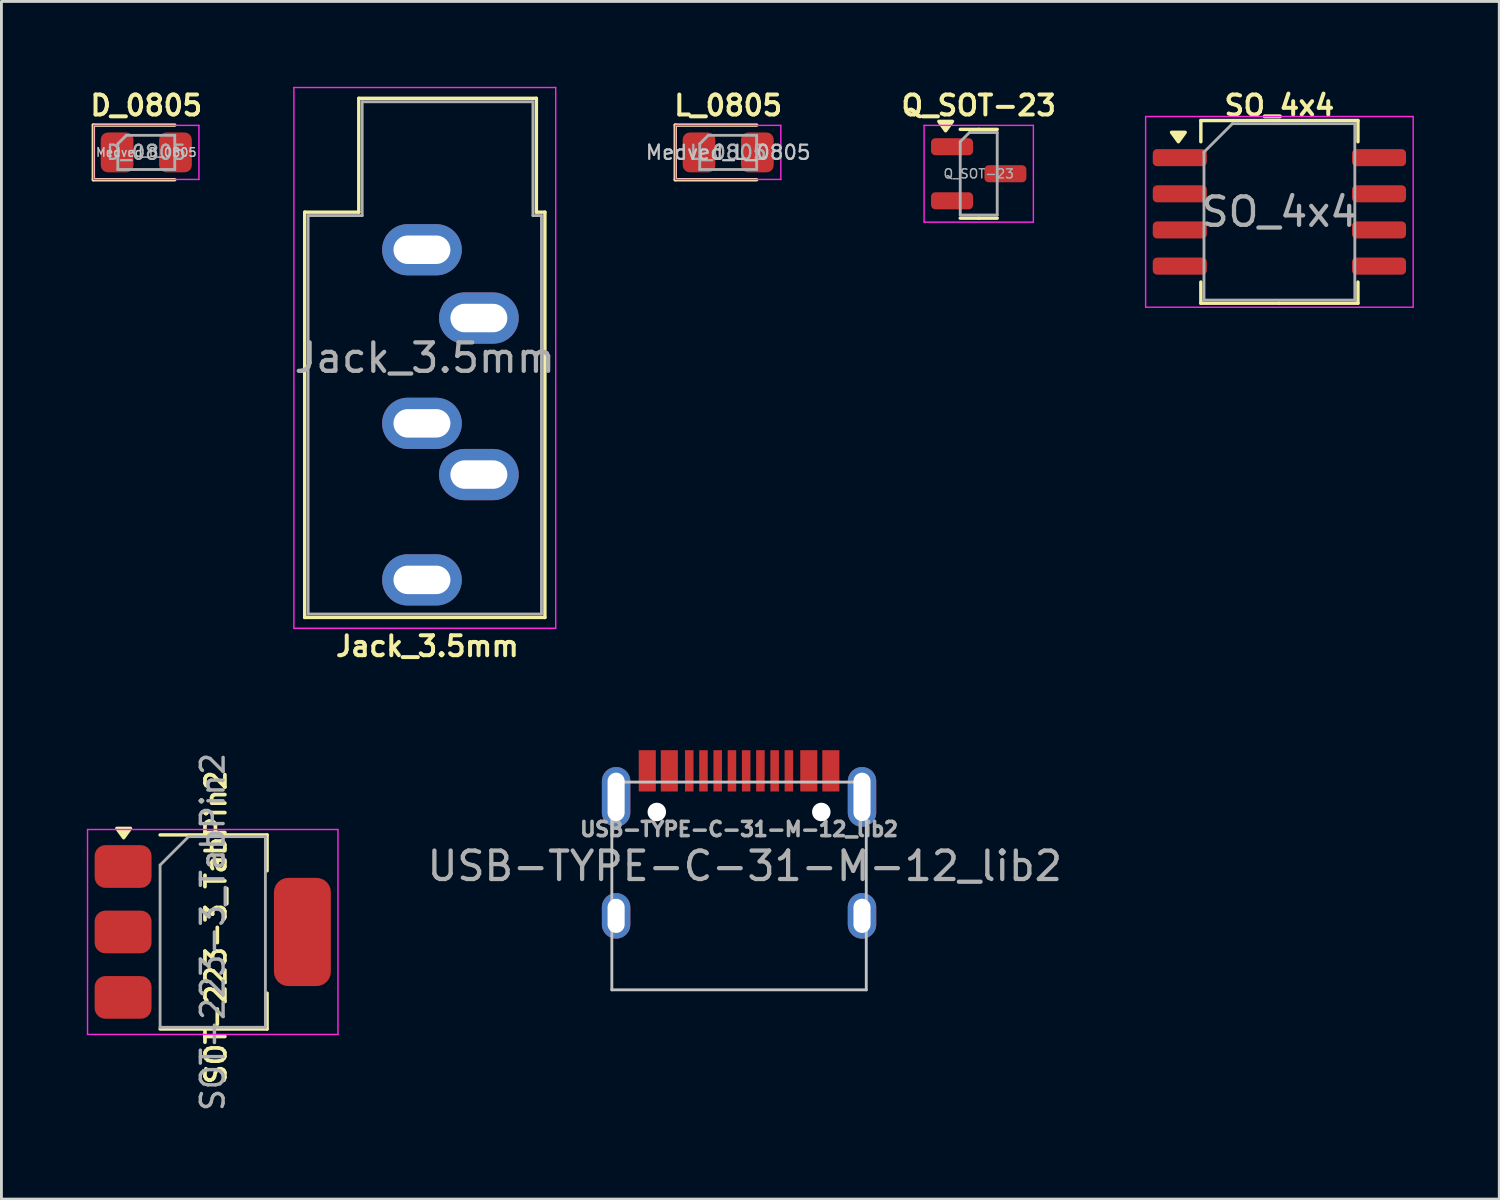
<source format=kicad_pcb>
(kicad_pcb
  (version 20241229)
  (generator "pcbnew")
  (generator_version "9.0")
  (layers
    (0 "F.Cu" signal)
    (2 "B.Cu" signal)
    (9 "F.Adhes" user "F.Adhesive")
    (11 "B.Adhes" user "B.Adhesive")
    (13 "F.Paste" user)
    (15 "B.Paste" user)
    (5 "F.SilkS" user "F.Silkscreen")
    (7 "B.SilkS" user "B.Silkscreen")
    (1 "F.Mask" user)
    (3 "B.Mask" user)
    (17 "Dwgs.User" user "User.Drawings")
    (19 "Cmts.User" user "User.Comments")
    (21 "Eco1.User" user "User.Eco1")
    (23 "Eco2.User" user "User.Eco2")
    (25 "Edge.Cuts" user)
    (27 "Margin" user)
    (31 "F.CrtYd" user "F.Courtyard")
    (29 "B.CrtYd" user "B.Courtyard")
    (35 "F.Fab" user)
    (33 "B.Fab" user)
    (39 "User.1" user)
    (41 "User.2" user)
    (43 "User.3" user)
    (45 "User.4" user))
  (footprint "Jack_3.5mm"
    (layer "F.Cu")
    (at 11.776 5.725)
    (property "Reference" "Jack_3.5mm" (at 0.19 13.93 0) (layer "F.SilkS") (effects (font (size 0.7 0.7) (thickness 0.14) (bold yes))))
    (attr through_hole)
    (fp_line (start -4.12 -1.32) (end -2.22 -1.32) (stroke (width 0.12) (type solid)) (layer "F.SilkS"))
    (fp_line (start -4.12 12.92) (end -4.12 -1.32) (stroke (width 0.12) (type solid)) (layer "F.SilkS"))
    (fp_line (start -2.22 -5.32) (end 4.02 -5.32) (stroke (width 0.12) (type solid)) (layer "F.SilkS"))
    (fp_line (start -2.22 -1.32) (end -2.22 -5.32) (stroke (width 0.12) (type solid)) (layer "F.SilkS"))
    (fp_line (start 4.02 -5.32) (end 4.02 -1.32) (stroke (width 0.12) (type solid)) (layer "F.SilkS"))
    (fp_line (start 4.02 -1.32) (end 4.32 -1.32) (stroke (width 0.12) (type solid)) (layer "F.SilkS"))
    (fp_line (start 4.32 -1.32) (end 4.32 12.92) (stroke (width 0.12) (type solid)) (layer "F.SilkS"))
    (fp_line (start 4.32 12.92) (end -4.12 12.92) (stroke (width 0.12) (type solid)) (layer "F.SilkS"))
    (fp_line (start -4.5 -5.7) (end -4.5 13.3) (stroke (width 0.05) (type solid)) (layer "F.CrtYd"))
    (fp_line (start -4.5 13.3) (end 4.7 13.3) (stroke (width 0.05) (type solid)) (layer "F.CrtYd"))
    (fp_line (start 4.7 -5.7) (end -4.5 -5.7) (stroke (width 0.05) (type solid)) (layer "F.CrtYd"))
    (fp_line (start 4.7 13.3) (end 4.7 -5.7) (stroke (width 0.05) (type solid)) (layer "F.CrtYd"))
    (fp_line (start -4 -1.2) (end -2.1 -1.2) (stroke (width 0.1) (type solid)) (layer "F.Fab"))
    (fp_line (start -4 12.8) (end -4 -1.2) (stroke (width 0.1) (type solid)) (layer "F.Fab"))
    (fp_line (start -2.1 -5.2) (end 3.9 -5.2) (stroke (width 0.1) (type solid)) (layer "F.Fab"))
    (fp_line (start -2.1 -1.2) (end -2.1 -5.2) (stroke (width 0.1) (type solid)) (layer "F.Fab"))
    (fp_line (start 3.9 -5.2) (end 3.9 -1.2) (stroke (width 0.1) (type solid)) (layer "F.Fab"))
    (fp_line (start 3.9 -1.2) (end 4.2 -1.2) (stroke (width 0.1) (type solid)) (layer "F.Fab"))
    (fp_line (start 4.2 -1.2) (end 4.2 12.8) (stroke (width 0.1) (type solid)) (layer "F.Fab"))
    (fp_line (start 4.2 12.8) (end -4 12.8) (stroke (width 0.1) (type solid)) (layer "F.Fab"))
    (fp_text user "${REFERENCE}" (at 0.1 3.8 0) (layer "F.Fab") (effects (font (size 1 1) (thickness 0.15))))
    (pad "R" thru_hole oval (at 2 7.9) (size 2.8 1.8) (drill oval 2 1) (layers "*.Cu" "*.Mask"))
    (pad "RN" thru_hole oval (at 0 6.1) (size 2.8 1.8) (drill oval 2 1) (layers "*.Cu" "*.Mask"))
    (pad "S" thru_hole oval (at 0 0) (size 2.8 1.8) (drill oval 2 1) (layers "*.Cu" "*.Mask"))
    (pad "T" thru_hole oval (at 2 2.4) (size 2.8 1.8) (drill oval 2 1) (layers "*.Cu" "*.Mask"))
    (pad "TN" thru_hole oval (at 0 11.6) (size 2.8 1.8) (drill oval 2 1) (layers "*.Cu" "*.Mask")))
  (footprint "D_0805"
    (layer "F.Cu")
    (at 2.09 2.305)
    (property "Reference" "D_0805" (at 0 -1.65 0) (layer "F.SilkS") (effects (font (size 0.7 0.7) (thickness 0.14) (bold yes))))
    (property "Value" "Medved_D_0805" (at 0 1.65 0) (layer "F.Fab") (hide yes) (effects (font (size 1 1) (thickness 0.15))))
    (attr smd)
    (fp_line (start -1.86 -0.96) (end -1.86 0.96) (stroke (width 0.12) (type solid)) (layer "F.SilkS"))
    (fp_line (start -1.86 0.96) (end 1 0.96) (stroke (width 0.12) (type solid)) (layer "F.SilkS"))
    (fp_line (start 1 -0.96) (end -1.86 -0.96) (stroke (width 0.12) (type solid)) (layer "F.SilkS"))
    (fp_line (start -1.85 -0.95) (end 1.85 -0.95) (stroke (width 0.05) (type solid)) (layer "F.CrtYd"))
    (fp_line (start -1.85 0.95) (end -1.85 -0.95) (stroke (width 0.05) (type solid)) (layer "F.CrtYd"))
    (fp_line (start 1.85 -0.95) (end 1.85 0.95) (stroke (width 0.05) (type solid)) (layer "F.CrtYd"))
    (fp_line (start 1.85 0.95) (end -1.85 0.95) (stroke (width 0.05) (type solid)) (layer "F.CrtYd"))
    (fp_line (start -1 -0.3) (end -1 0.6) (stroke (width 0.1) (type solid)) (layer "F.Fab"))
    (fp_line (start -1 0.6) (end 1 0.6) (stroke (width 0.1) (type solid)) (layer "F.Fab"))
    (fp_line (start -0.7 -0.6) (end -1 -0.3) (stroke (width 0.1) (type solid)) (layer "F.Fab"))
    (fp_line (start 1 -0.6) (end -0.7 -0.6) (stroke (width 0.1) (type solid)) (layer "F.Fab"))
    (fp_line (start 1 0.6) (end 1 -0.6) (stroke (width 0.1) (type solid)) (layer "F.Fab"))
    (fp_text user "${VALUE}" (at 0 0 0) (layer "Dwgs.User") (effects (font (size 0.3 0.3) (thickness 0.05) (bold yes))))
    (fp_text user "${REFERENCE}" (at 0 0 0) (layer "F.Fab") (effects (font (size 0.5 0.5) (thickness 0.08))))
    (pad "1" smd roundrect (at -1.025 0) (size 1.15 1.4) (layers "F.Cu" "F.Mask" "F.Paste") (roundrect_rratio 0.217))
    (pad "2" smd roundrect (at 1.025 0) (size 1.15 1.4) (layers "F.Cu" "F.Mask" "F.Paste") (roundrect_rratio 0.217)))
  (footprint "USB-TYPE-C-31-M-12_lib2"
    (layer "F.Cu")
    (at 22.918 31.73)
    (property "Reference" "USB-TYPE-C-31-M-12_lib2" (at 0 -5.645 180) (layer "F.Fab") (effects (font (size 0.5 0.5) (thickness 0.125))))
    (attr through_hole)
    (fp_line (start -4.47 -7.3) (end 4.47 -7.3) (stroke (width 0.1) (type solid)) (layer "Dwgs.User"))
    (fp_line (start -4.47 0) (end -4.47 -7.3) (stroke (width 0.1) (type solid)) (layer "Dwgs.User"))
    (fp_line (start -4.47 0) (end 4.47 0) (stroke (width 0.1) (type solid)) (layer "Dwgs.User"))
    (fp_line (start 4.47 0) (end 4.47 -7.3) (stroke (width 0.1) (type solid)) (layer "Dwgs.User"))
    (fp_text user "${REFERENCE}" (at 0.2 -4.35 180) (layer "F.Fab") (effects (font (size 1 1) (thickness 0.15))))
    (pad "" np_thru_hole circle (at -2.89 -6.25) (size 0.65 0.65) (drill 0.65) (layers "*.Cu" "*.Mask"))
    (pad "" np_thru_hole circle (at 2.89 -6.25) (size 0.65 0.65) (drill 0.65) (layers "*.Cu" "*.Mask"))
    (pad "1" smd rect (at -3.225 -7.695) (size 0.6 1.45) (layers "F.Cu" "F.Mask" "F.Paste"))
    (pad "2" smd rect (at -2.45 -7.695) (size 0.6 1.45) (layers "F.Cu" "F.Mask" "F.Paste"))
    (pad "3" smd rect (at -1.75 -7.695) (size 0.3 1.45) (layers "F.Cu" "F.Mask" "F.Paste"))
    (pad "4" smd rect (at -1.25 -7.695) (size 0.3 1.45) (layers "F.Cu" "F.Mask" "F.Paste"))
    (pad "5" smd rect (at -0.75 -7.695) (size 0.3 1.45) (layers "F.Cu" "F.Mask" "F.Paste"))
    (pad "6" smd rect (at -0.25 -7.695) (size 0.3 1.45) (layers "F.Cu" "F.Mask" "F.Paste"))
    (pad "7" smd rect (at 0.25 -7.695) (size 0.3 1.45) (layers "F.Cu" "F.Mask" "F.Paste"))
    (pad "8" smd rect (at 0.75 -7.695) (size 0.3 1.45) (layers "F.Cu" "F.Mask" "F.Paste"))
    (pad "9" smd rect (at 1.25 -7.695) (size 0.3 1.45) (layers "F.Cu" "F.Mask" "F.Paste"))
    (pad "10" smd rect (at 1.75 -7.695) (size 0.3 1.45) (layers "F.Cu" "F.Mask" "F.Paste"))
    (pad "11" smd rect (at 2.45 -7.695) (size 0.6 1.45) (layers "F.Cu" "F.Mask" "F.Paste"))
    (pad "12" smd rect (at 3.225 -7.695) (size 0.6 1.45) (layers "F.Cu" "F.Mask" "F.Paste"))
    (pad "13" thru_hole oval (at -4.32 -6.78) (size 1 2.1) (drill oval 0.6 1.7) (layers "*.Cu" "*.Mask"))
    (pad "13" thru_hole oval (at -4.32 -2.6) (size 1 1.6) (drill oval 0.6 1.2) (layers "*.Cu" "*.Mask"))
    (pad "13" thru_hole oval (at 4.32 -6.78) (size 1 2.1) (drill oval 0.6 1.7) (layers "*.Cu" "*.Mask"))
    (pad "13" thru_hole oval (at 4.32 -2.6) (size 1 1.6) (drill oval 0.6 1.2) (layers "*.Cu" "*.Mask")))
  (footprint "SOT-223-3_TabPin2"
    (layer "F.Cu")
    (at 4.425 29.696)
    (property "Reference" "SOT-223-3_TabPin2" (at 0.11 -0.16 90) (layer "F.SilkS") (effects (font (size 0.7 0.7) (thickness 0.13) (bold yes))))
    (attr smd)
    (fp_line (start -1.85 -3.41) (end 1.91 -3.41) (stroke (width 0.12) (type solid)) (layer "F.SilkS"))
    (fp_line (start -1.85 3.41) (end 1.91 3.41) (stroke (width 0.12) (type solid)) (layer "F.SilkS"))
    (fp_line (start 1.91 -3.41) (end 1.91 -2.15) (stroke (width 0.12) (type solid)) (layer "F.SilkS"))
    (fp_line (start 1.91 3.41) (end 1.91 2.15) (stroke (width 0.12) (type solid)) (layer "F.SilkS"))
    (fp_poly (pts (xy -3.13 -3.31) (xy -3.37 -3.64) (xy -2.89 -3.64) (xy -3.13 -3.31)) (stroke (width 0.12) (type solid)) (fill yes) (layer "F.SilkS"))
    (fp_line (start -4.4 -3.6) (end -4.4 3.6) (stroke (width 0.05) (type solid)) (layer "F.CrtYd"))
    (fp_line (start -4.4 3.6) (end 4.4 3.6) (stroke (width 0.05) (type solid)) (layer "F.CrtYd"))
    (fp_line (start 4.4 -3.6) (end -4.4 -3.6) (stroke (width 0.05) (type solid)) (layer "F.CrtYd"))
    (fp_line (start 4.4 3.6) (end 4.4 -3.6) (stroke (width 0.05) (type solid)) (layer "F.CrtYd"))
    (fp_line (start -1.85 -2.35) (end -1.85 3.35) (stroke (width 0.1) (type solid)) (layer "F.Fab"))
    (fp_line (start -1.85 -2.35) (end -0.85 -3.35) (stroke (width 0.1) (type solid)) (layer "F.Fab"))
    (fp_line (start -1.85 3.35) (end 1.85 3.35) (stroke (width 0.1) (type solid)) (layer "F.Fab"))
    (fp_line (start -0.85 -3.35) (end 1.85 -3.35) (stroke (width 0.1) (type solid)) (layer "F.Fab"))
    (fp_line (start 1.85 -3.35) (end 1.85 3.35) (stroke (width 0.1) (type solid)) (layer "F.Fab"))
    (fp_text user "${REFERENCE}" (at 0 0 90) (layer "F.Fab") (effects (font (size 0.8 0.8) (thickness 0.12))))
    (pad "1" smd roundrect (at -3.15 -2.3) (size 2 1.5) (layers "F.Cu" "F.Mask" "F.Paste") (roundrect_rratio 0.25))
    (pad "2" smd roundrect (at -3.15 0) (size 2 1.5) (layers "F.Cu" "F.Mask" "F.Paste") (roundrect_rratio 0.25))
    (pad "2" smd roundrect (at 3.15 0) (size 2 3.8) (layers "F.Cu" "F.Mask" "F.Paste") (roundrect_rratio 0.25))
    (pad "3" smd roundrect (at -3.15 2.3) (size 2 1.5) (layers "F.Cu" "F.Mask" "F.Paste") (roundrect_rratio 0.25)))
  (footprint "Q_SOT-23"
    (layer "F.Cu")
    (at 31.339 3.055)
    (property "Reference" "Q_SOT-23" (at 0 -2.4 0) (layer "F.SilkS") (effects (font (size 0.7 0.7) (thickness 0.14) (bold yes))))
    (attr smd)
    (fp_line (start 0 -1.56) (end -0.65 -1.56) (stroke (width 0.12) (type solid)) (layer "F.SilkS"))
    (fp_line (start 0 -1.56) (end 0.65 -1.56) (stroke (width 0.12) (type solid)) (layer "F.SilkS"))
    (fp_line (start 0 1.56) (end -0.65 1.56) (stroke (width 0.12) (type solid)) (layer "F.SilkS"))
    (fp_line (start 0 1.56) (end 0.65 1.56) (stroke (width 0.12) (type solid)) (layer "F.SilkS"))
    (fp_poly (pts (xy -1.163 -1.51) (xy -1.403 -1.84) (xy -0.922 -1.84) (xy -1.163 -1.51)) (stroke (width 0.12) (type solid)) (fill yes) (layer "F.SilkS"))
    (fp_line (start -1.92 -1.7) (end -1.92 1.7) (stroke (width 0.05) (type solid)) (layer "F.CrtYd"))
    (fp_line (start -1.92 1.7) (end 1.92 1.7) (stroke (width 0.05) (type solid)) (layer "F.CrtYd"))
    (fp_line (start 1.92 -1.7) (end -1.92 -1.7) (stroke (width 0.05) (type solid)) (layer "F.CrtYd"))
    (fp_line (start 1.92 1.7) (end 1.92 -1.7) (stroke (width 0.05) (type solid)) (layer "F.CrtYd"))
    (fp_line (start -0.65 -1.125) (end -0.325 -1.45) (stroke (width 0.1) (type solid)) (layer "F.Fab"))
    (fp_line (start -0.65 1.45) (end -0.65 -1.125) (stroke (width 0.1) (type solid)) (layer "F.Fab"))
    (fp_line (start -0.325 -1.45) (end 0.65 -1.45) (stroke (width 0.1) (type solid)) (layer "F.Fab"))
    (fp_line (start 0.65 -1.45) (end 0.65 1.45) (stroke (width 0.1) (type solid)) (layer "F.Fab"))
    (fp_line (start 0.65 1.45) (end -0.65 1.45) (stroke (width 0.1) (type solid)) (layer "F.Fab"))
    (fp_text user "${REFERENCE}" (at 0 0 0) (layer "F.Fab") (effects (font (size 0.32 0.32) (thickness 0.05))))
    (pad "1" smd roundrect (at -0.938 -0.95) (size 1.475 0.6) (layers "F.Cu" "F.Mask" "F.Paste") (roundrect_rratio 0.25))
    (pad "2" smd roundrect (at -0.938 0.95) (size 1.475 0.6) (layers "F.Cu" "F.Mask" "F.Paste") (roundrect_rratio 0.25))
    (pad "3" smd roundrect (at 0.938 0) (size 1.475 0.6) (layers "F.Cu" "F.Mask" "F.Paste") (roundrect_rratio 0.25)))
  (footprint "SO_4x4"
    (layer "F.Cu")
    (at 41.904 4.395)
    (property "Reference" "SO_4x4" (at 0 -3.74 0) (layer "F.SilkS") (effects (font (size 0.7 0.7) (thickness 0.14) (bold yes))))
    (attr smd)
    (fp_line (start -2.76 -3.21) (end -2.76 -2.465) (stroke (width 0.12) (type solid)) (layer "F.SilkS"))
    (fp_line (start -2.76 3.21) (end -2.76 2.465) (stroke (width 0.12) (type solid)) (layer "F.SilkS"))
    (fp_line (start 0 -3.21) (end -2.76 -3.21) (stroke (width 0.12) (type solid)) (layer "F.SilkS"))
    (fp_line (start 0 -3.21) (end 2.76 -3.21) (stroke (width 0.12) (type solid)) (layer "F.SilkS"))
    (fp_line (start 0 3.21) (end -2.76 3.21) (stroke (width 0.12) (type solid)) (layer "F.SilkS"))
    (fp_line (start 0 3.21) (end 2.76 3.21) (stroke (width 0.12) (type solid)) (layer "F.SilkS"))
    (fp_line (start 2.76 -3.21) (end 2.76 -2.465) (stroke (width 0.12) (type solid)) (layer "F.SilkS"))
    (fp_line (start 2.76 3.21) (end 2.76 2.465) (stroke (width 0.12) (type solid)) (layer "F.SilkS"))
    (fp_poly (pts (xy -3.55 -2.465) (xy -3.79 -2.795) (xy -3.31 -2.795) (xy -3.55 -2.465)) (stroke (width 0.12) (type solid)) (fill yes) (layer "F.SilkS"))
    (fp_line (start -4.7 -3.35) (end -4.7 3.35) (stroke (width 0.05) (type solid)) (layer "F.CrtYd"))
    (fp_line (start -4.7 3.35) (end 4.7 3.35) (stroke (width 0.05) (type solid)) (layer "F.CrtYd"))
    (fp_line (start 4.7 -3.35) (end -4.7 -3.35) (stroke (width 0.05) (type solid)) (layer "F.CrtYd"))
    (fp_line (start 4.7 3.35) (end 4.7 -3.35) (stroke (width 0.05) (type solid)) (layer "F.CrtYd"))
    (fp_line (start -2.65 -2.1) (end -1.65 -3.1) (stroke (width 0.1) (type solid)) (layer "F.Fab"))
    (fp_line (start -2.65 3.1) (end -2.65 -2.1) (stroke (width 0.1) (type solid)) (layer "F.Fab"))
    (fp_line (start -1.65 -3.1) (end 2.65 -3.1) (stroke (width 0.1) (type solid)) (layer "F.Fab"))
    (fp_line (start 2.65 -3.1) (end 2.65 3.1) (stroke (width 0.1) (type solid)) (layer "F.Fab"))
    (fp_line (start 2.65 3.1) (end -2.65 3.1) (stroke (width 0.1) (type solid)) (layer "F.Fab"))
    (fp_text user "${REFERENCE}" (at 0 0 0) (layer "F.Fab") (effects (font (size 1 1) (thickness 0.15))))
    (pad "1" smd roundrect (at -3.5 -1.905) (size 1.9 0.6) (layers "F.Cu" "F.Mask" "F.Paste") (roundrect_rratio 0.25))
    (pad "2" smd roundrect (at -3.5 -0.635) (size 1.9 0.6) (layers "F.Cu" "F.Mask" "F.Paste") (roundrect_rratio 0.25))
    (pad "3" smd roundrect (at -3.5 0.635) (size 1.9 0.6) (layers "F.Cu" "F.Mask" "F.Paste") (roundrect_rratio 0.25))
    (pad "4" smd roundrect (at -3.5 1.905) (size 1.9 0.6) (layers "F.Cu" "F.Mask" "F.Paste") (roundrect_rratio 0.25))
    (pad "5" smd roundrect (at 3.5 1.905) (size 1.9 0.6) (layers "F.Cu" "F.Mask" "F.Paste") (roundrect_rratio 0.25))
    (pad "6" smd roundrect (at 3.5 0.635) (size 1.9 0.6) (layers "F.Cu" "F.Mask" "F.Paste") (roundrect_rratio 0.25))
    (pad "7" smd roundrect (at 3.5 -0.635) (size 1.9 0.6) (layers "F.Cu" "F.Mask" "F.Paste") (roundrect_rratio 0.25))
    (pad "8" smd roundrect (at 3.5 -1.905) (size 1.9 0.6) (layers "F.Cu" "F.Mask" "F.Paste") (roundrect_rratio 0.25)))
  (footprint "L_0805"
    (layer "F.Cu")
    (at 22.536 2.305)
    (property "Reference" "L_0805" (at 0 -1.65 0) (layer "F.SilkS") (effects (font (size 0.7 0.7) (thickness 0.14) (bold yes))))
    (property "Value" "Medved_L_0805" (at 0 1.65 0) (layer "F.Fab") (hide yes) (effects (font (size 1 1) (thickness 0.15))))
    (attr smd)
    (fp_line (start -1.86 -0.96) (end -1.86 0.96) (stroke (width 0.12) (type solid)) (layer "F.SilkS"))
    (fp_line (start -1.86 0.96) (end 1 0.96) (stroke (width 0.12) (type solid)) (layer "F.SilkS"))
    (fp_line (start 1 -0.96) (end -1.86 -0.96) (stroke (width 0.12) (type solid)) (layer "F.SilkS"))
    (fp_line (start -1.85 -0.95) (end 1.85 -0.95) (stroke (width 0.05) (type solid)) (layer "F.CrtYd"))
    (fp_line (start -1.85 0.95) (end -1.85 -0.95) (stroke (width 0.05) (type solid)) (layer "F.CrtYd"))
    (fp_line (start 1.85 -0.95) (end 1.85 0.95) (stroke (width 0.05) (type solid)) (layer "F.CrtYd"))
    (fp_line (start 1.85 0.95) (end -1.85 0.95) (stroke (width 0.05) (type solid)) (layer "F.CrtYd"))
    (fp_line (start -1 -0.3) (end -1 0.6) (stroke (width 0.1) (type solid)) (layer "F.Fab"))
    (fp_line (start -1 0.6) (end 1 0.6) (stroke (width 0.1) (type solid)) (layer "F.Fab"))
    (fp_line (start -0.7 -0.6) (end -1 -0.3) (stroke (width 0.1) (type solid)) (layer "F.Fab"))
    (fp_line (start 1 -0.6) (end -0.7 -0.6) (stroke (width 0.1) (type solid)) (layer "F.Fab"))
    (fp_line (start 1 0.6) (end 1 -0.6) (stroke (width 0.1) (type solid)) (layer "F.Fab"))
    (fp_text user "${VALUE}" (at 0 0 0) (layer "Dwgs.User") (effects (font (size 0.5 0.5) (thickness 0.08))))
    (fp_text user "${REFERENCE}" (at 0 0 0) (layer "F.Fab") (effects (font (size 0.5 0.5) (thickness 0.08))))
    (pad "1" smd roundrect (at -1.025 0) (size 1.15 1.4) (layers "F.Cu" "F.Mask" "F.Paste") (roundrect_rratio 0.217))
    (pad "2" smd roundrect (at 1.025 0) (size 1.15 1.4) (layers "F.Cu" "F.Mask" "F.Paste") (roundrect_rratio 0.217)))
  (gr_rect
    (start -3 -3)
    (end 49.629 39.082)
    (stroke (width 0.1) (type default))
    (fill no)
    (layer "Edge.Cuts")))
</source>
